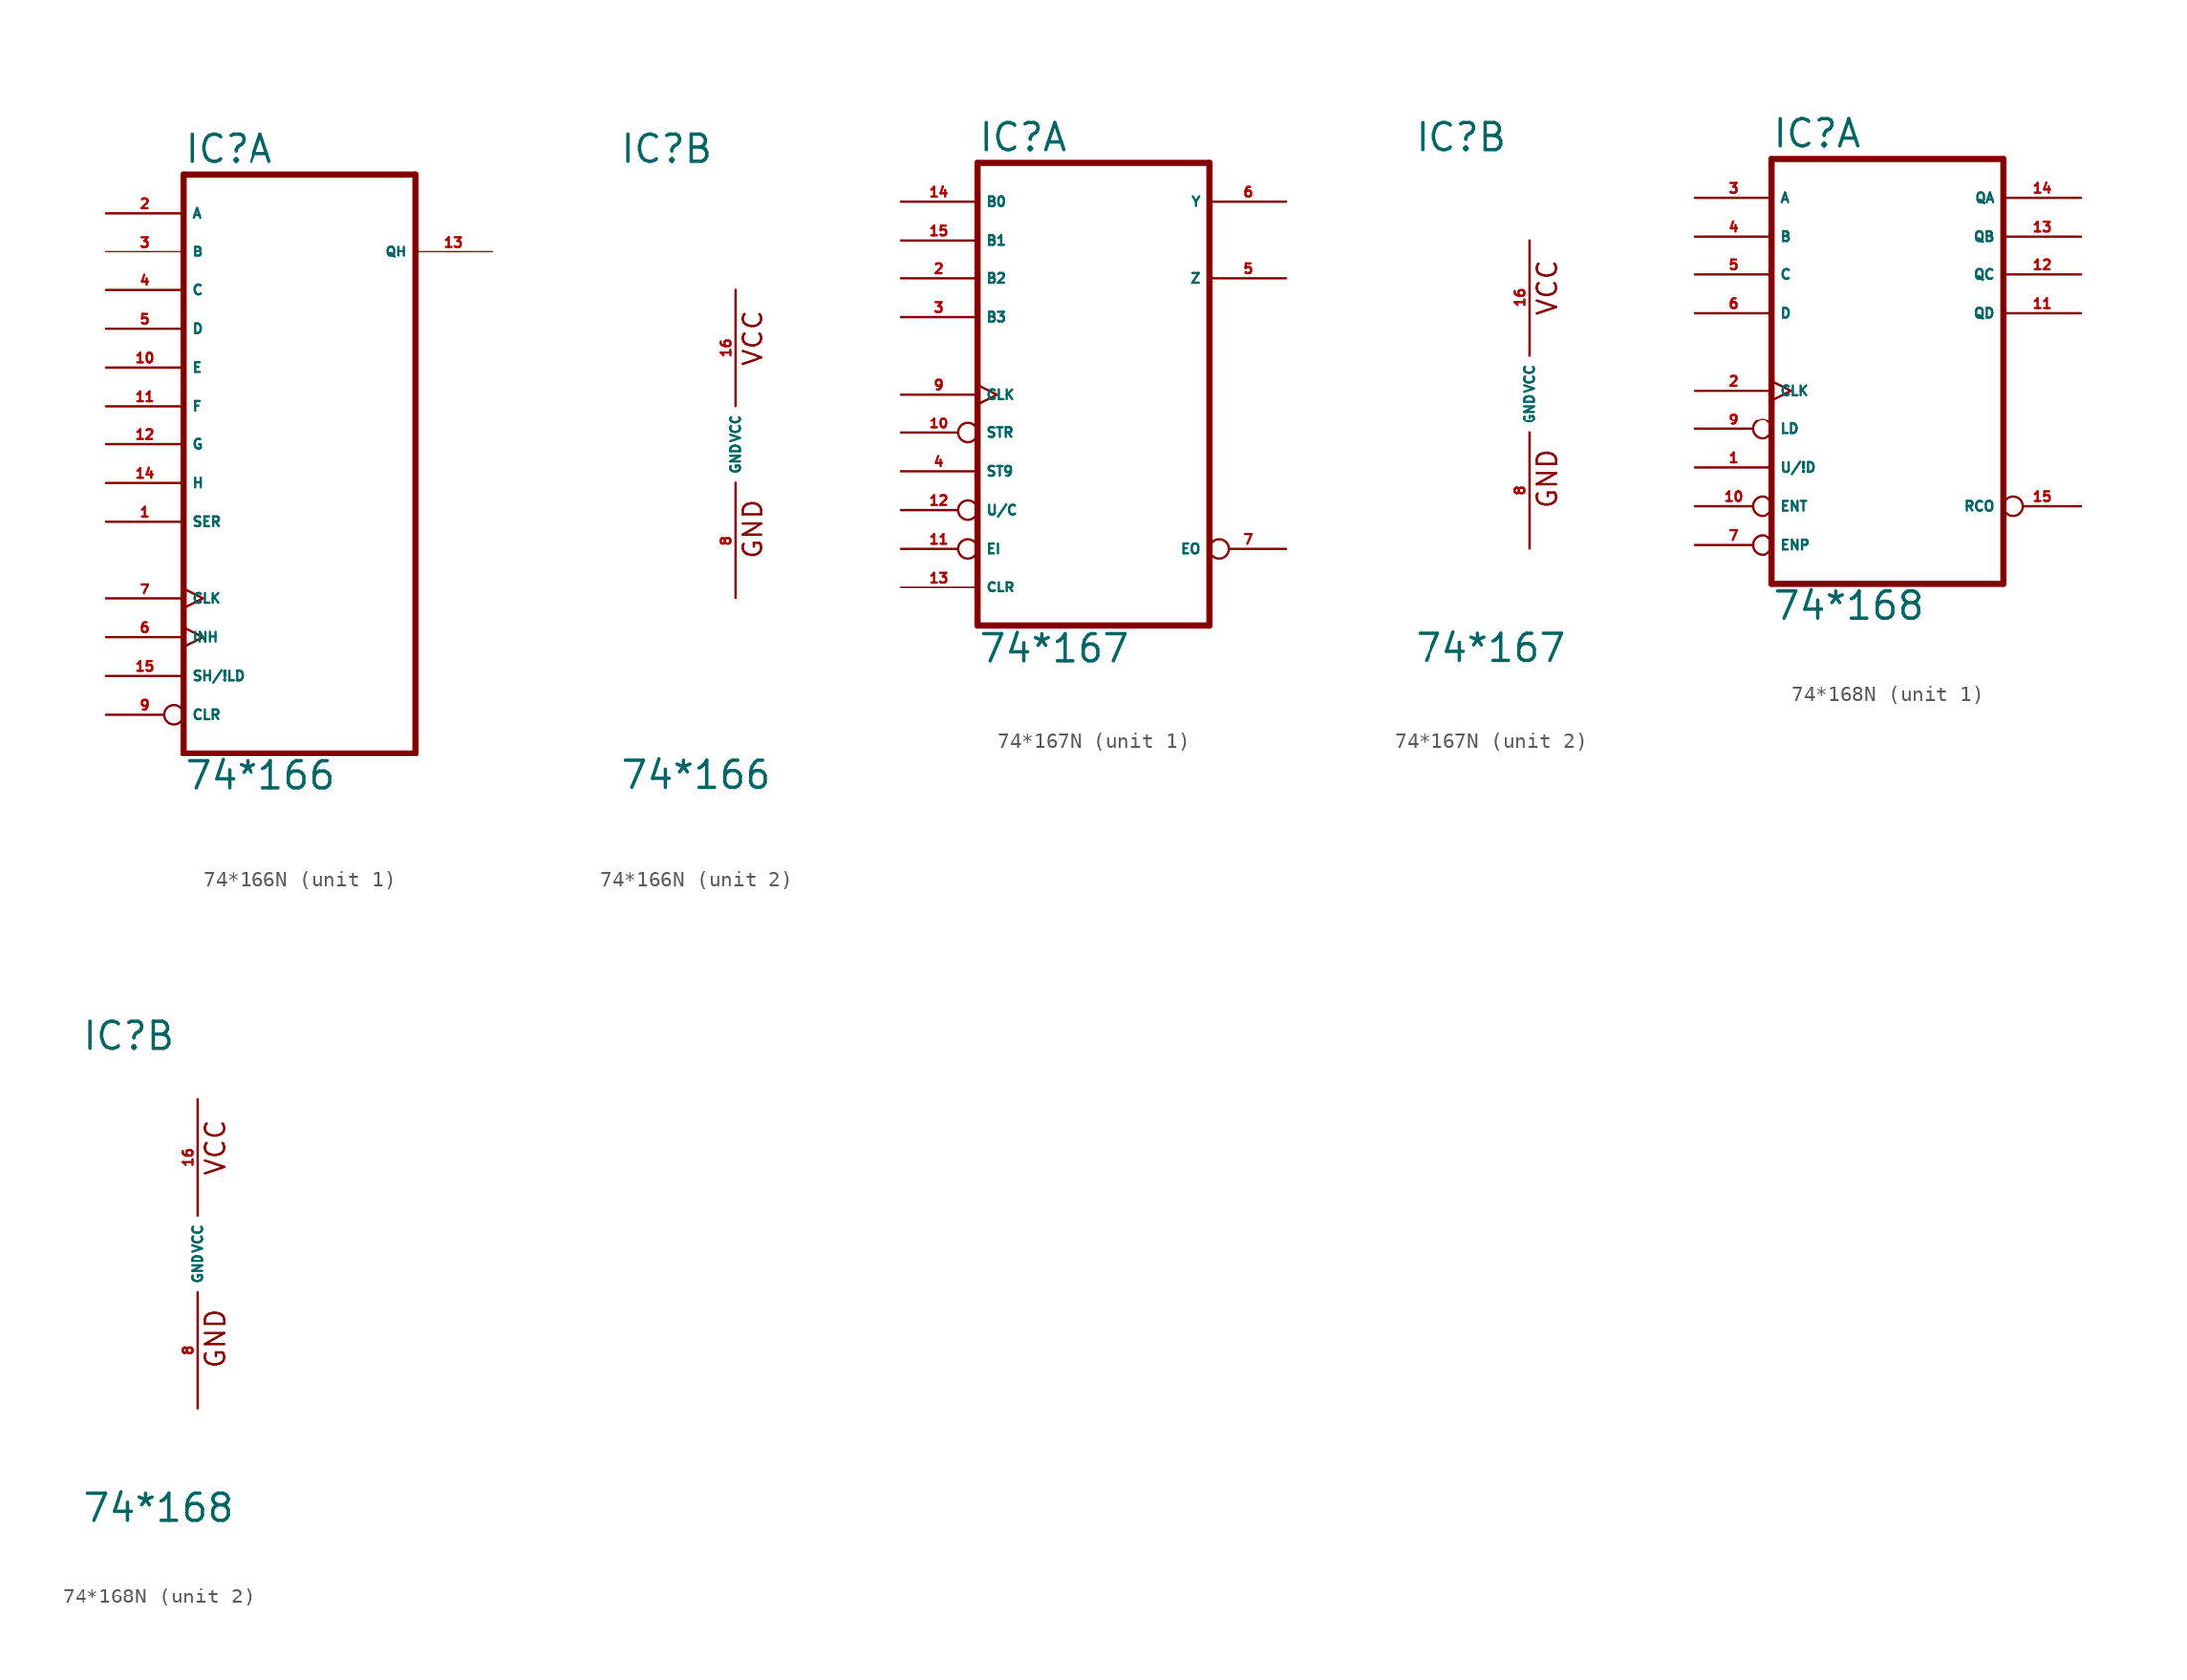
<source format=kicad_sym>
(kicad_symbol_lib
  (version 20220914)
  (generator Eagle2Kicad)
  (symbol "74*166N"
    (property "Reference" "IC"
      (at -7.62 18.415 0)
      (effects (font (size 1.778 1.778) (thickness 0.22)) (justify left bottom)))
    (property "Value" "74*166"
      (at -7.62 -22.86 0)
      (effects (font (size 1.778 1.778) (thickness 0.22)) (justify left bottom)))
    (symbol "74*166N_1_0"
      (polyline (pts (xy -7.62 -20.32) (xy 7.62 -20.32)) (stroke (width 0.406) (type default)) (fill (type none)))
      (polyline (pts (xy 7.62 -20.32) (xy 7.62 17.78)) (stroke (width 0.406) (type default)) (fill (type none)))
      (polyline (pts (xy 7.62 17.78) (xy -7.62 17.78)) (stroke (width 0.406) (type default)) (fill (type none)))
      (polyline (pts (xy -7.62 17.78) (xy -7.62 -20.32)) (stroke (width 0.406) (type default)) (fill (type none)))
      (pin input line (at -12.7 -5.08 0) (length 5.08) (name "SER" (effects (font (size 0.635 0.635) (thickness 0.08)) (justify left bottom))) (number "1" (effects (font (size 0.635 0.635) (thickness 0.08)) (justify left bottom))))
      (pin input line (at -12.7 15.24 0) (length 5.08) (name "A" (effects (font (size 0.635 0.635) (thickness 0.08)) (justify left bottom))) (number "2" (effects (font (size 0.635 0.635) (thickness 0.08)) (justify left bottom))))
      (pin input line (at -12.7 12.7 0) (length 5.08) (name "B" (effects (font (size 0.635 0.635) (thickness 0.08)) (justify left bottom))) (number "3" (effects (font (size 0.635 0.635) (thickness 0.08)) (justify left bottom))))
      (pin input line (at -12.7 10.16 0) (length 5.08) (name "C" (effects (font (size 0.635 0.635) (thickness 0.08)) (justify left bottom))) (number "4" (effects (font (size 0.635 0.635) (thickness 0.08)) (justify left bottom))))
      (pin input line (at -12.7 7.62 0) (length 5.08) (name "D" (effects (font (size 0.635 0.635) (thickness 0.08)) (justify left bottom))) (number "5" (effects (font (size 0.635 0.635) (thickness 0.08)) (justify left bottom))))
      (pin input clock (at -12.7 -12.7 0) (length 5.08) (name "INH" (effects (font (size 0.635 0.635) (thickness 0.08)) (justify left bottom))) (number "6" (effects (font (size 0.635 0.635) (thickness 0.08)) (justify left bottom))))
      (pin input clock (at -12.7 -10.16 0) (length 5.08) (name "CLK" (effects (font (size 0.635 0.635) (thickness 0.08)) (justify left bottom))) (number "7" (effects (font (size 0.635 0.635) (thickness 0.08)) (justify left bottom))))
      (pin input inverted (at -12.7 -17.78 0) (length 5.08) (name "CLR" (effects (font (size 0.635 0.635) (thickness 0.08)) (justify left bottom))) (number "9" (effects (font (size 0.635 0.635) (thickness 0.08)) (justify left bottom))))
      (pin input line (at -12.7 5.08 0) (length 5.08) (name "E" (effects (font (size 0.635 0.635) (thickness 0.08)) (justify left bottom))) (number "10" (effects (font (size 0.635 0.635) (thickness 0.08)) (justify left bottom))))
      (pin input line (at -12.7 2.54 0) (length 5.08) (name "F" (effects (font (size 0.635 0.635) (thickness 0.08)) (justify left bottom))) (number "11" (effects (font (size 0.635 0.635) (thickness 0.08)) (justify left bottom))))
      (pin input line (at -12.7 0 0) (length 5.08) (name "G" (effects (font (size 0.635 0.635) (thickness 0.08)) (justify left bottom))) (number "12" (effects (font (size 0.635 0.635) (thickness 0.08)) (justify left bottom))))
      (pin output line (at 12.7 12.7 180) (length 5.08) (name "QH" (effects (font (size 0.635 0.635) (thickness 0.08)) (justify left bottom))) (number "13" (effects (font (size 0.635 0.635) (thickness 0.08)) (justify left bottom))))
      (pin input line (at -12.7 -2.54 0) (length 5.08) (name "H" (effects (font (size 0.635 0.635) (thickness 0.08)) (justify left bottom))) (number "14" (effects (font (size 0.635 0.635) (thickness 0.08)) (justify left bottom))))
      (pin input line (at -12.7 -15.24 0) (length 5.08) (name "SH/!LD" (effects (font (size 0.635 0.635) (thickness 0.08)) (justify left bottom))) (number "15" (effects (font (size 0.635 0.635) (thickness 0.08)) (justify left bottom)))))
    (symbol "74*166N_2_0"
      (text "GND" (at 1.905 -7.62 900) (effects (font (size 1.27 1.27) (thickness 0.16)) (justify left bottom)))
      (text "VCC" (at 1.905 5.08 900) (effects (font (size 1.27 1.27) (thickness 0.16)) (justify left bottom)))
      (pin unspecified line (at 0 -10.16 90) (length 7.62) (name "GND" (effects (font (size 0.635 0.635) (thickness 0.08)) (justify left bottom))) (number "8" (effects (font (size 0.635 0.635) (thickness 0.08)) (justify left bottom))))
      (pin unspecified line (at 0 10.16 270) (length 7.62) (name "VCC" (effects (font (size 0.635 0.635) (thickness 0.08)) (justify left bottom))) (number "16" (effects (font (size 0.635 0.635) (thickness 0.08)) (justify left bottom))))))
  (symbol "74*167N"
    (property "Reference" "IC"
      (at -7.62 15.875 0)
      (effects (font (size 1.778 1.778) (thickness 0.22)) (justify left bottom)))
    (property "Value" "74*167"
      (at -7.62 -17.78 0)
      (effects (font (size 1.778 1.778) (thickness 0.22)) (justify left bottom)))
    (symbol "74*167N_1_0"
      (polyline (pts (xy -7.62 -15.24) (xy 7.62 -15.24)) (stroke (width 0.406) (type default)) (fill (type none)))
      (polyline (pts (xy 7.62 -15.24) (xy 7.62 15.24)) (stroke (width 0.406) (type default)) (fill (type none)))
      (polyline (pts (xy 7.62 15.24) (xy -7.62 15.24)) (stroke (width 0.406) (type default)) (fill (type none)))
      (polyline (pts (xy -7.62 15.24) (xy -7.62 -15.24)) (stroke (width 0.406) (type default)) (fill (type none)))
      (pin input line (at -12.7 7.62 0) (length 5.08) (name "B2" (effects (font (size 0.635 0.635) (thickness 0.08)) (justify left bottom))) (number "2" (effects (font (size 0.635 0.635) (thickness 0.08)) (justify left bottom))))
      (pin input line (at -12.7 5.08 0) (length 5.08) (name "B3" (effects (font (size 0.635 0.635) (thickness 0.08)) (justify left bottom))) (number "3" (effects (font (size 0.635 0.635) (thickness 0.08)) (justify left bottom))))
      (pin input line (at -12.7 -5.08 0) (length 5.08) (name "ST9" (effects (font (size 0.635 0.635) (thickness 0.08)) (justify left bottom))) (number "4" (effects (font (size 0.635 0.635) (thickness 0.08)) (justify left bottom))))
      (pin output line (at 12.7 7.62 180) (length 5.08) (name "Z" (effects (font (size 0.635 0.635) (thickness 0.08)) (justify left bottom))) (number "5" (effects (font (size 0.635 0.635) (thickness 0.08)) (justify left bottom))))
      (pin output line (at 12.7 12.7 180) (length 5.08) (name "Y" (effects (font (size 0.635 0.635) (thickness 0.08)) (justify left bottom))) (number "6" (effects (font (size 0.635 0.635) (thickness 0.08)) (justify left bottom))))
      (pin output inverted (at 12.7 -10.16 180) (length 5.08) (name "EO" (effects (font (size 0.635 0.635) (thickness 0.08)) (justify left bottom))) (number "7" (effects (font (size 0.635 0.635) (thickness 0.08)) (justify left bottom))))
      (pin input clock (at -12.7 0 0) (length 5.08) (name "CLK" (effects (font (size 0.635 0.635) (thickness 0.08)) (justify left bottom))) (number "9" (effects (font (size 0.635 0.635) (thickness 0.08)) (justify left bottom))))
      (pin input inverted (at -12.7 -2.54 0) (length 5.08) (name "STR" (effects (font (size 0.635 0.635) (thickness 0.08)) (justify left bottom))) (number "10" (effects (font (size 0.635 0.635) (thickness 0.08)) (justify left bottom))))
      (pin input inverted (at -12.7 -10.16 0) (length 5.08) (name "EI" (effects (font (size 0.635 0.635) (thickness 0.08)) (justify left bottom))) (number "11" (effects (font (size 0.635 0.635) (thickness 0.08)) (justify left bottom))))
      (pin input inverted (at -12.7 -7.62 0) (length 5.08) (name "U/C" (effects (font (size 0.635 0.635) (thickness 0.08)) (justify left bottom))) (number "12" (effects (font (size 0.635 0.635) (thickness 0.08)) (justify left bottom))))
      (pin input line (at -12.7 -12.7 0) (length 5.08) (name "CLR" (effects (font (size 0.635 0.635) (thickness 0.08)) (justify left bottom))) (number "13" (effects (font (size 0.635 0.635) (thickness 0.08)) (justify left bottom))))
      (pin input line (at -12.7 12.7 0) (length 5.08) (name "B0" (effects (font (size 0.635 0.635) (thickness 0.08)) (justify left bottom))) (number "14" (effects (font (size 0.635 0.635) (thickness 0.08)) (justify left bottom))))
      (pin input line (at -12.7 10.16 0) (length 5.08) (name "B1" (effects (font (size 0.635 0.635) (thickness 0.08)) (justify left bottom))) (number "15" (effects (font (size 0.635 0.635) (thickness 0.08)) (justify left bottom)))))
    (symbol "74*167N_2_0"
      (text "GND" (at 1.905 -7.62 900) (effects (font (size 1.27 1.27) (thickness 0.16)) (justify left bottom)))
      (text "VCC" (at 1.905 5.08 900) (effects (font (size 1.27 1.27) (thickness 0.16)) (justify left bottom)))
      (pin unspecified line (at 0 -10.16 90) (length 7.62) (name "GND" (effects (font (size 0.635 0.635) (thickness 0.08)) (justify left bottom))) (number "8" (effects (font (size 0.635 0.635) (thickness 0.08)) (justify left bottom))))
      (pin unspecified line (at 0 10.16 270) (length 7.62) (name "VCC" (effects (font (size 0.635 0.635) (thickness 0.08)) (justify left bottom))) (number "16" (effects (font (size 0.635 0.635) (thickness 0.08)) (justify left bottom))))))
  (symbol "74*168N"
    (property "Reference" "IC"
      (at -7.62 13.335 0)
      (effects (font (size 1.778 1.778) (thickness 0.22)) (justify left bottom)))
    (property "Value" "74*168"
      (at -7.62 -17.78 0)
      (effects (font (size 1.778 1.778) (thickness 0.22)) (justify left bottom)))
    (symbol "74*168N_1_0"
      (polyline (pts (xy -7.62 -15.24) (xy 7.62 -15.24)) (stroke (width 0.406) (type default)) (fill (type none)))
      (polyline (pts (xy 7.62 -15.24) (xy 7.62 12.7)) (stroke (width 0.406) (type default)) (fill (type none)))
      (polyline (pts (xy 7.62 12.7) (xy -7.62 12.7)) (stroke (width 0.406) (type default)) (fill (type none)))
      (polyline (pts (xy -7.62 12.7) (xy -7.62 -15.24)) (stroke (width 0.406) (type default)) (fill (type none)))
      (pin input line (at -12.7 -7.62 0) (length 5.08) (name "U/!D" (effects (font (size 0.635 0.635) (thickness 0.08)) (justify left bottom))) (number "1" (effects (font (size 0.635 0.635) (thickness 0.08)) (justify left bottom))))
      (pin input clock (at -12.7 -2.54 0) (length 5.08) (name "CLK" (effects (font (size 0.635 0.635) (thickness 0.08)) (justify left bottom))) (number "2" (effects (font (size 0.635 0.635) (thickness 0.08)) (justify left bottom))))
      (pin input line (at -12.7 10.16 0) (length 5.08) (name "A" (effects (font (size 0.635 0.635) (thickness 0.08)) (justify left bottom))) (number "3" (effects (font (size 0.635 0.635) (thickness 0.08)) (justify left bottom))))
      (pin input line (at -12.7 7.62 0) (length 5.08) (name "B" (effects (font (size 0.635 0.635) (thickness 0.08)) (justify left bottom))) (number "4" (effects (font (size 0.635 0.635) (thickness 0.08)) (justify left bottom))))
      (pin input line (at -12.7 5.08 0) (length 5.08) (name "C" (effects (font (size 0.635 0.635) (thickness 0.08)) (justify left bottom))) (number "5" (effects (font (size 0.635 0.635) (thickness 0.08)) (justify left bottom))))
      (pin input line (at -12.7 2.54 0) (length 5.08) (name "D" (effects (font (size 0.635 0.635) (thickness 0.08)) (justify left bottom))) (number "6" (effects (font (size 0.635 0.635) (thickness 0.08)) (justify left bottom))))
      (pin input inverted (at -12.7 -12.7 0) (length 5.08) (name "ENP" (effects (font (size 0.635 0.635) (thickness 0.08)) (justify left bottom))) (number "7" (effects (font (size 0.635 0.635) (thickness 0.08)) (justify left bottom))))
      (pin input inverted (at -12.7 -5.08 0) (length 5.08) (name "LD" (effects (font (size 0.635 0.635) (thickness 0.08)) (justify left bottom))) (number "9" (effects (font (size 0.635 0.635) (thickness 0.08)) (justify left bottom))))
      (pin input inverted (at -12.7 -10.16 0) (length 5.08) (name "ENT" (effects (font (size 0.635 0.635) (thickness 0.08)) (justify left bottom))) (number "10" (effects (font (size 0.635 0.635) (thickness 0.08)) (justify left bottom))))
      (pin output line (at 12.7 2.54 180) (length 5.08) (name "QD" (effects (font (size 0.635 0.635) (thickness 0.08)) (justify left bottom))) (number "11" (effects (font (size 0.635 0.635) (thickness 0.08)) (justify left bottom))))
      (pin output line (at 12.7 5.08 180) (length 5.08) (name "QC" (effects (font (size 0.635 0.635) (thickness 0.08)) (justify left bottom))) (number "12" (effects (font (size 0.635 0.635) (thickness 0.08)) (justify left bottom))))
      (pin output line (at 12.7 7.62 180) (length 5.08) (name "QB" (effects (font (size 0.635 0.635) (thickness 0.08)) (justify left bottom))) (number "13" (effects (font (size 0.635 0.635) (thickness 0.08)) (justify left bottom))))
      (pin output line (at 12.7 10.16 180) (length 5.08) (name "QA" (effects (font (size 0.635 0.635) (thickness 0.08)) (justify left bottom))) (number "14" (effects (font (size 0.635 0.635) (thickness 0.08)) (justify left bottom))))
      (pin output inverted (at 12.7 -10.16 180) (length 5.08) (name "RCO" (effects (font (size 0.635 0.635) (thickness 0.08)) (justify left bottom))) (number "15" (effects (font (size 0.635 0.635) (thickness 0.08)) (justify left bottom)))))
    (symbol "74*168N_2_0"
      (text "GND" (at 1.905 -7.62 900) (effects (font (size 1.27 1.27) (thickness 0.16)) (justify left bottom)))
      (text "VCC" (at 1.905 5.08 900) (effects (font (size 1.27 1.27) (thickness 0.16)) (justify left bottom)))
      (pin unspecified line (at 0 -10.16 90) (length 7.62) (name "GND" (effects (font (size 0.635 0.635) (thickness 0.08)) (justify left bottom))) (number "8" (effects (font (size 0.635 0.635) (thickness 0.08)) (justify left bottom))))
      (pin unspecified line (at 0 10.16 270) (length 7.62) (name "VCC" (effects (font (size 0.635 0.635) (thickness 0.08)) (justify left bottom))) (number "16" (effects (font (size 0.635 0.635) (thickness 0.08)) (justify left bottom)))))))
</source>
